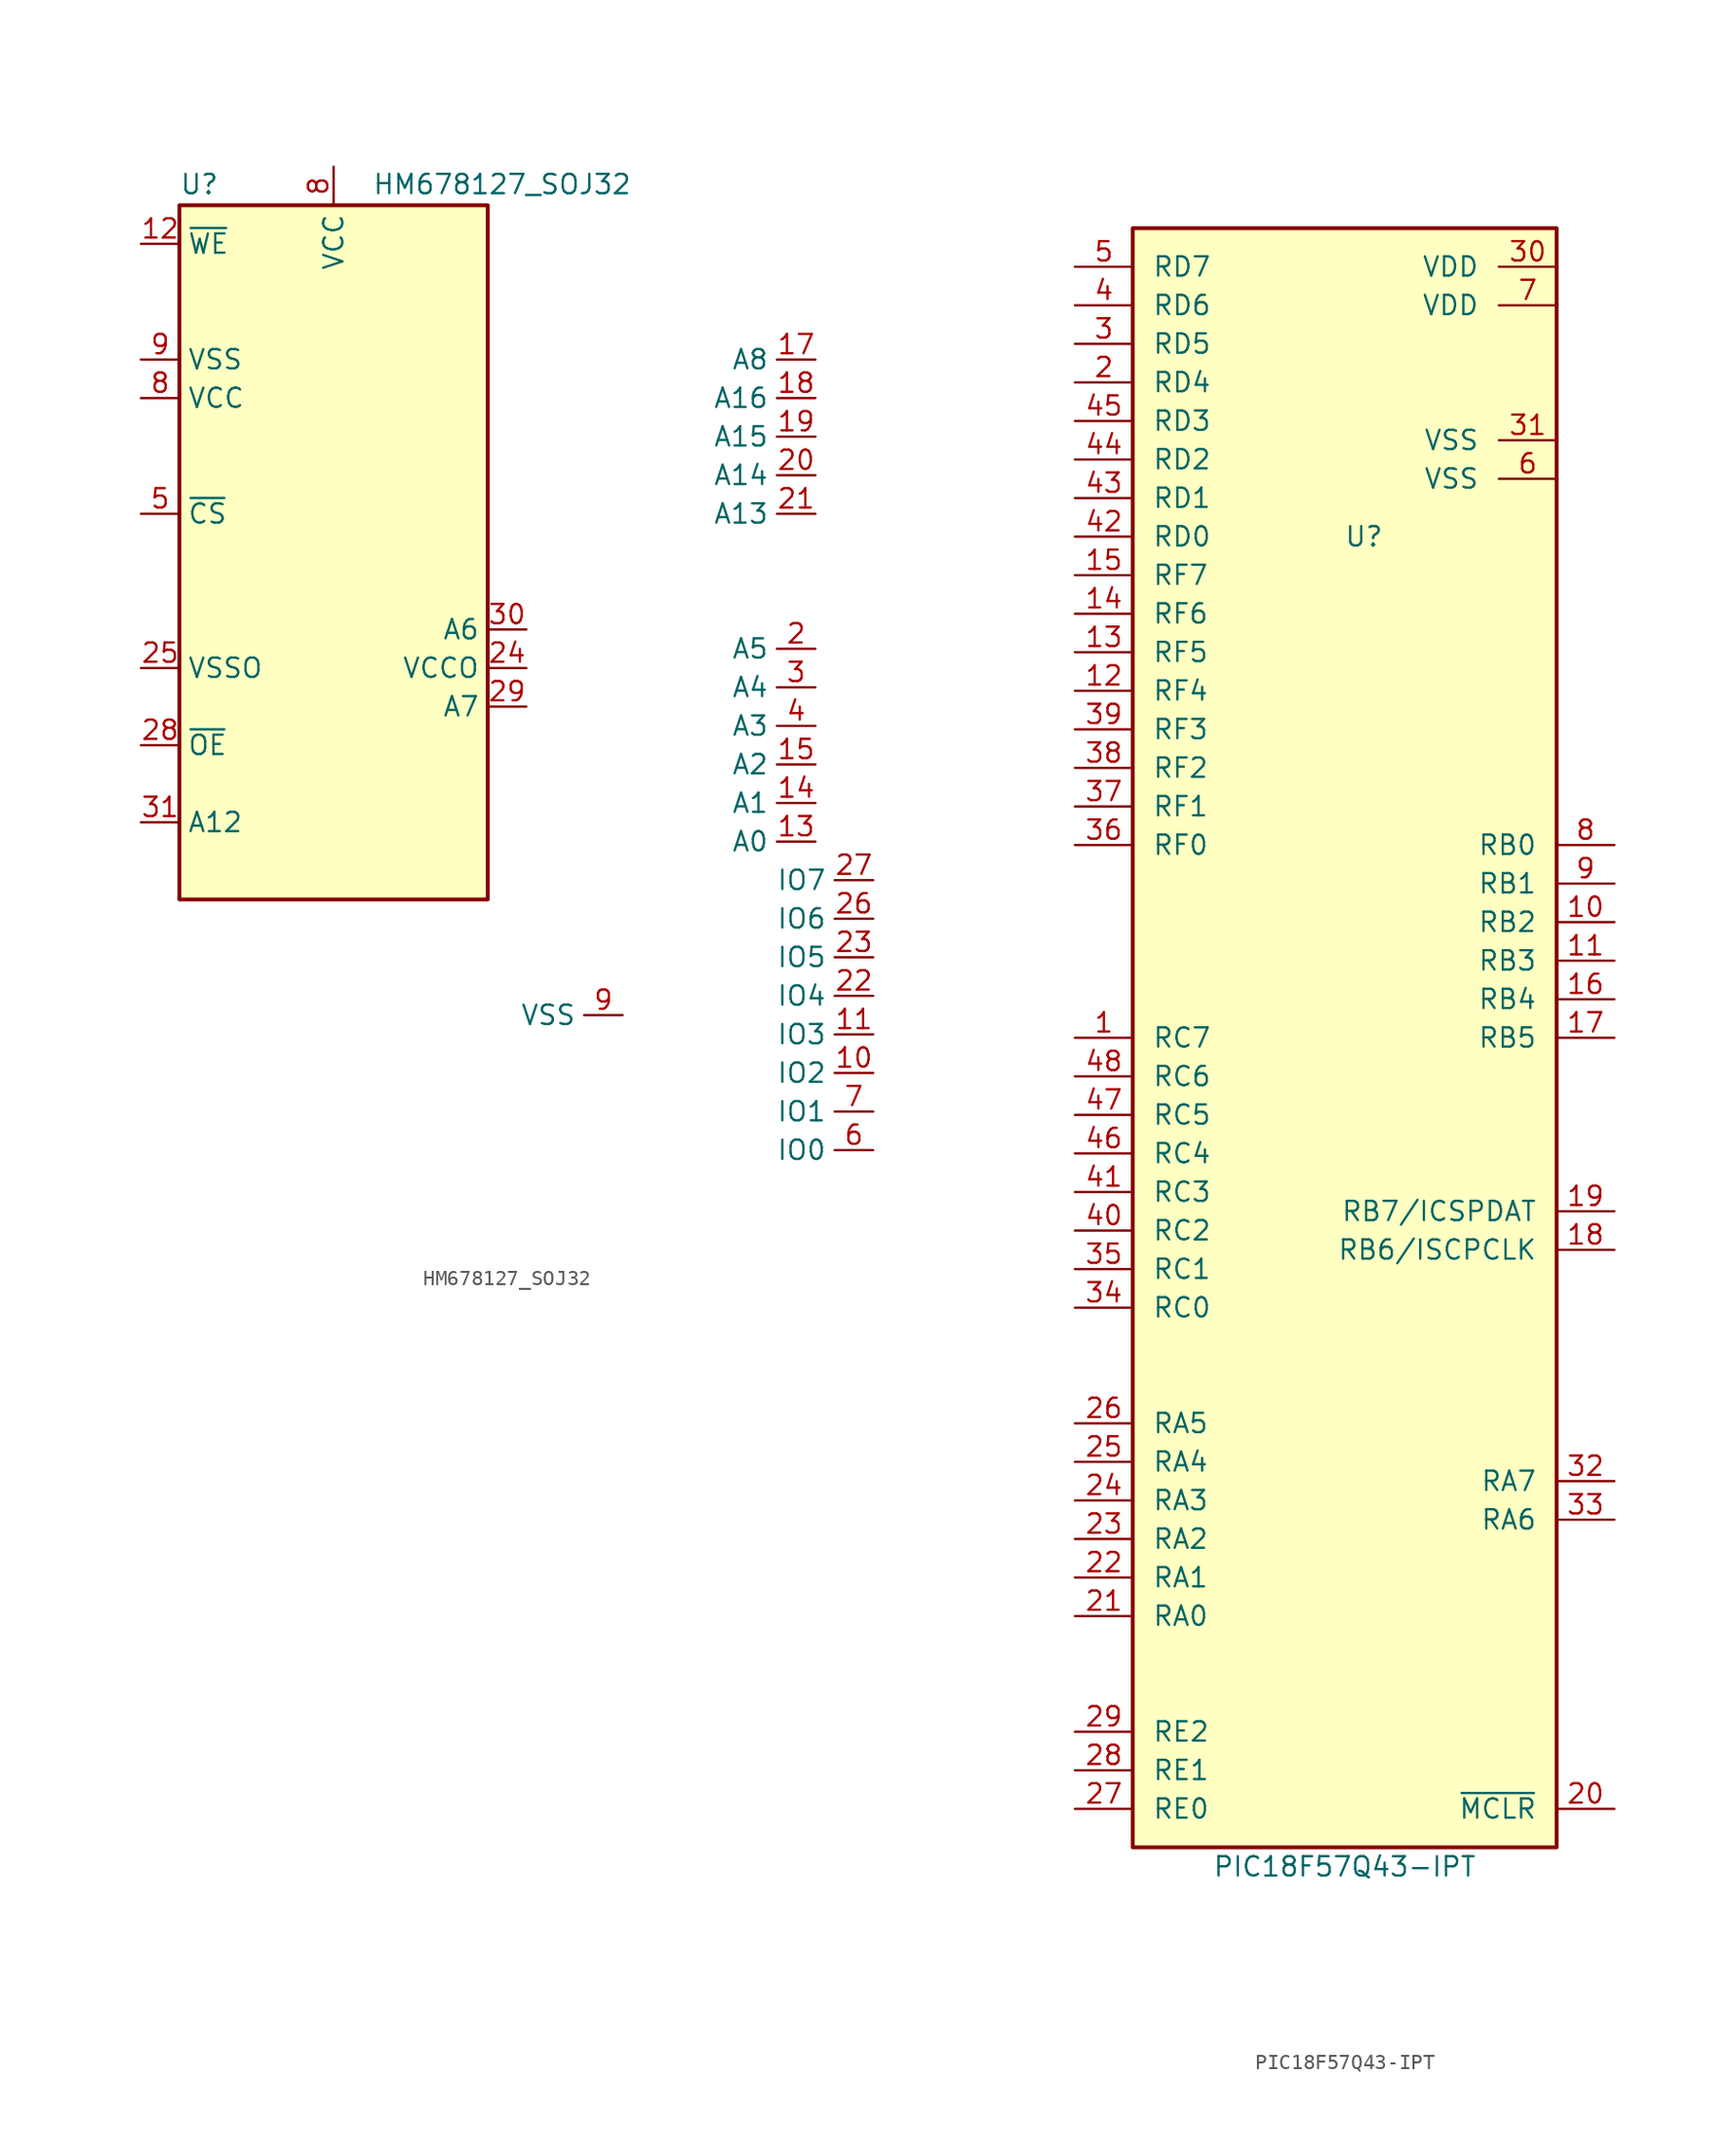
<source format=kicad_sym>
(kicad_symbol_lib
  (version 20220914)
  (generator kicad_symbol_editor)
  (symbol "HM678127_SOJ32"
    (property "Reference" "U"
      (at -10.16 23.495 0)
      (effects (font (size 1.27 1.27)) (justify left bottom)))
    (property "Value" "HM678127_SOJ32"
      (at 2.54 23.495 0)
      (effects (font (size 1.27 1.27)) (justify left bottom)))
    (symbol "HM678127_SOJ32_0_0"
      (pin power_in line (at 0 25.4 270) (length 2.54) (name "VCC" (effects (font (size 1.27 1.27)))) (number "8" (effects (font (size 1.27 1.27)))))
      (pin power_in line (at 19.05 -30.48 180) (length 2.54) (name "VSS" (effects (font (size 1.27 1.27)))) (number "9" (effects (font (size 1.27 1.27))))))
    (symbol "HM678127_SOJ32_0_1"
      (rectangle (start -10.16 22.86) (end 10.16 -22.86) (stroke (width 0.254) (type default)) (fill (type background))))
    (symbol "HM678127_SOJ32_1_1"
      (pin input line (at 10.16 -20.32 180) (length 2.54) hide (name "A10" (effects (font (size 1.27 1.27)))) (number "1" (effects (font (size 1.27 1.27)))))
      (pin tri_state line (at 35.56 -34.29 180) (length 2.54) (name "IO2" (effects (font (size 1.27 1.27)))) (number "10" (effects (font (size 1.27 1.27)))))
      (pin tri_state line (at 35.56 -31.75 180) (length 2.54) (name "IO3" (effects (font (size 1.27 1.27)))) (number "11" (effects (font (size 1.27 1.27)))))
      (pin input line (at -12.7 20.32 0) (length 2.54) (name "~{WE}" (effects (font (size 1.27 1.27)))) (number "12" (effects (font (size 1.27 1.27)))))
      (pin input line (at 31.75 -19.05 180) (length 2.54) (name "A0" (effects (font (size 1.27 1.27)))) (number "13" (effects (font (size 1.27 1.27)))))
      (pin input line (at 31.75 -16.51 180) (length 2.54) (name "A1" (effects (font (size 1.27 1.27)))) (number "14" (effects (font (size 1.27 1.27)))))
      (pin input line (at 31.75 -13.97 180) (length 2.54) (name "A2" (effects (font (size 1.27 1.27)))) (number "15" (effects (font (size 1.27 1.27)))))
      (pin input line (at 31.75 12.7 180) (length 2.54) (name "A8" (effects (font (size 1.27 1.27)))) (number "17" (effects (font (size 1.27 1.27)))))
      (pin input line (at 31.75 10.16 180) (length 2.54) (name "A16" (effects (font (size 1.27 1.27)))) (number "18" (effects (font (size 1.27 1.27)))))
      (pin input line (at 31.75 7.62 180) (length 2.54) (name "A15" (effects (font (size 1.27 1.27)))) (number "19" (effects (font (size 1.27 1.27)))))
      (pin input line (at 31.75 -6.35 180) (length 2.54) (name "A5" (effects (font (size 1.27 1.27)))) (number "2" (effects (font (size 1.27 1.27)))))
      (pin input line (at 31.75 5.08 180) (length 2.54) (name "A14" (effects (font (size 1.27 1.27)))) (number "20" (effects (font (size 1.27 1.27)))))
      (pin input line (at 31.75 2.54 180) (length 2.54) (name "A13" (effects (font (size 1.27 1.27)))) (number "21" (effects (font (size 1.27 1.27)))))
      (pin tri_state line (at 35.56 -29.21 180) (length 2.54) (name "IO4" (effects (font (size 1.27 1.27)))) (number "22" (effects (font (size 1.27 1.27)))))
      (pin tri_state line (at 35.56 -26.67 180) (length 2.54) (name "IO5" (effects (font (size 1.27 1.27)))) (number "23" (effects (font (size 1.27 1.27)))))
      (pin input line (at 12.7 -7.62 180) (length 2.54) (name "VCCO" (effects (font (size 1.27 1.27)))) (number "24" (effects (font (size 1.27 1.27)))))
      (pin input line (at -12.7 -7.62 0) (length 2.54) (name "VSSO" (effects (font (size 1.27 1.27)))) (number "25" (effects (font (size 1.27 1.27)))))
      (pin tri_state line (at 35.56 -24.13 180) (length 2.54) (name "IO6" (effects (font (size 1.27 1.27)))) (number "26" (effects (font (size 1.27 1.27)))))
      (pin tri_state line (at 35.56 -21.59 180) (length 2.54) (name "IO7" (effects (font (size 1.27 1.27)))) (number "27" (effects (font (size 1.27 1.27)))))
      (pin input line (at -12.7 -12.7 0) (length 2.54) (name "~{OE}" (effects (font (size 1.27 1.27)))) (number "28" (effects (font (size 1.27 1.27)))))
      (pin input line (at 12.7 -10.16 180) (length 2.54) (name "A7" (effects (font (size 1.27 1.27)))) (number "29" (effects (font (size 1.27 1.27)))))
      (pin input line (at 31.75 -8.89 180) (length 2.54) (name "A4" (effects (font (size 1.27 1.27)))) (number "3" (effects (font (size 1.27 1.27)))))
      (pin input line (at 12.7 -5.08 180) (length 2.54) (name "A6" (effects (font (size 1.27 1.27)))) (number "30" (effects (font (size 1.27 1.27)))))
      (pin input line (at -12.7 -17.78 0) (length 2.54) (name "A12" (effects (font (size 1.27 1.27)))) (number "31" (effects (font (size 1.27 1.27)))))
      (pin input line (at 31.75 -11.43 180) (length 2.54) (name "A3" (effects (font (size 1.27 1.27)))) (number "4" (effects (font (size 1.27 1.27)))))
      (pin input line (at -12.7 2.54 0) (length 2.54) (name "~{CS}" (effects (font (size 1.27 1.27)))) (number "5" (effects (font (size 1.27 1.27)))))
      (pin tri_state line (at 35.56 -39.37 180) (length 2.54) (name "IO0" (effects (font (size 1.27 1.27)))) (number "6" (effects (font (size 1.27 1.27)))))
      (pin tri_state line (at 35.56 -36.83 180) (length 2.54) (name "IO1" (effects (font (size 1.27 1.27)))) (number "7" (effects (font (size 1.27 1.27)))))
      (pin input line (at -12.7 10.16 0) (length 2.54) (name "VCC" (effects (font (size 1.27 1.27)))) (number "8" (effects (font (size 1.27 1.27)))))
      (pin input line (at -12.7 12.7 0) (length 2.54) (name "VSS" (effects (font (size 1.27 1.27)))) (number "9" (effects (font (size 1.27 1.27)))))))
  (symbol "PIC18F57Q43-IPT"
    (pin_names
      (offset 1.27))
    (property "Reference" "U"
      (at 1.27 33.02 0)
      (effects (font (size 1.27 1.27))))
    (property "Value" "PIC18F57Q43-IPT"
      (at 0 -54.61 0)
      (effects (font (size 1.27 1.27))))
    (symbol "PIC18F57Q43-IPT_0_1"
      (rectangle (start -13.97 53.34) (end 13.97 -53.34) (stroke (width 0.254) (type default)) (fill (type background))))
    (symbol "PIC18F57Q43-IPT_1_1"
      (pin bidirectional line (at -17.78 0 0) (length 3.81) (name "RC7" (effects (font (size 1.27 1.27)))) (number "1" (effects (font (size 1.27 1.27)))))
      (pin bidirectional line (at 17.78 7.62 180) (length 3.81) (name "RB2" (effects (font (size 1.27 1.27)))) (number "10" (effects (font (size 1.27 1.27)))))
      (pin bidirectional line (at 17.78 5.08 180) (length 3.81) (name "RB3" (effects (font (size 1.27 1.27)))) (number "11" (effects (font (size 1.27 1.27)))))
      (pin bidirectional line (at -17.78 22.86 0) (length 3.81) (name "RF4" (effects (font (size 1.27 1.27)))) (number "12" (effects (font (size 1.27 1.27)))))
      (pin bidirectional line (at -17.78 25.4 0) (length 3.81) (name "RF5" (effects (font (size 1.27 1.27)))) (number "13" (effects (font (size 1.27 1.27)))))
      (pin bidirectional line (at -17.78 27.94 0) (length 3.81) (name "RF6" (effects (font (size 1.27 1.27)))) (number "14" (effects (font (size 1.27 1.27)))))
      (pin bidirectional line (at -17.78 30.48 0) (length 3.81) (name "RF7" (effects (font (size 1.27 1.27)))) (number "15" (effects (font (size 1.27 1.27)))))
      (pin bidirectional line (at 17.78 2.54 180) (length 3.81) (name "RB4" (effects (font (size 1.27 1.27)))) (number "16" (effects (font (size 1.27 1.27)))))
      (pin bidirectional line (at 17.78 0 180) (length 3.81) (name "RB5" (effects (font (size 1.27 1.27)))) (number "17" (effects (font (size 1.27 1.27)))))
      (pin bidirectional line (at 17.78 -13.97 180) (length 3.81) (name "RB6/ISCPCLK" (effects (font (size 1.27 1.27)))) (number "18" (effects (font (size 1.27 1.27)))))
      (pin bidirectional line (at 17.78 -11.43 180) (length 3.81) (name "RB7/ICSPDAT" (effects (font (size 1.27 1.27)))) (number "19" (effects (font (size 1.27 1.27)))))
      (pin bidirectional line (at -17.78 43.18 0) (length 3.81) (name "RD4" (effects (font (size 1.27 1.27)))) (number "2" (effects (font (size 1.27 1.27)))))
      (pin bidirectional line (at 17.78 -50.8 180) (length 3.81) (name "~{MCLR}" (effects (font (size 1.27 1.27)))) (number "20" (effects (font (size 1.27 1.27)))))
      (pin bidirectional line (at -17.78 -38.1 0) (length 3.81) (name "RA0" (effects (font (size 1.27 1.27)))) (number "21" (effects (font (size 1.27 1.27)))))
      (pin bidirectional line (at -17.78 -35.56 0) (length 3.81) (name "RA1" (effects (font (size 1.27 1.27)))) (number "22" (effects (font (size 1.27 1.27)))))
      (pin bidirectional line (at -17.78 -33.02 0) (length 3.81) (name "RA2" (effects (font (size 1.27 1.27)))) (number "23" (effects (font (size 1.27 1.27)))))
      (pin bidirectional line (at -17.78 -30.48 0) (length 3.81) (name "RA3" (effects (font (size 1.27 1.27)))) (number "24" (effects (font (size 1.27 1.27)))))
      (pin bidirectional line (at -17.78 -27.94 0) (length 3.81) (name "RA4" (effects (font (size 1.27 1.27)))) (number "25" (effects (font (size 1.27 1.27)))))
      (pin bidirectional line (at -17.78 -25.4 0) (length 3.81) (name "RA5" (effects (font (size 1.27 1.27)))) (number "26" (effects (font (size 1.27 1.27)))))
      (pin bidirectional line (at -17.78 -50.8 0) (length 3.81) (name "RE0" (effects (font (size 1.27 1.27)))) (number "27" (effects (font (size 1.27 1.27)))))
      (pin bidirectional line (at -17.78 -48.26 0) (length 3.81) (name "RE1" (effects (font (size 1.27 1.27)))) (number "28" (effects (font (size 1.27 1.27)))))
      (pin bidirectional line (at -17.78 -45.72 0) (length 3.81) (name "RE2" (effects (font (size 1.27 1.27)))) (number "29" (effects (font (size 1.27 1.27)))))
      (pin bidirectional line (at -17.78 45.72 0) (length 3.81) (name "RD5" (effects (font (size 1.27 1.27)))) (number "3" (effects (font (size 1.27 1.27)))))
      (pin power_in line (at 13.97 50.8 180) (length 3.81) (name "VDD" (effects (font (size 1.27 1.27)))) (number "30" (effects (font (size 1.27 1.27)))))
      (pin power_in line (at 13.97 39.37 180) (length 3.81) (name "VSS" (effects (font (size 1.27 1.27)))) (number "31" (effects (font (size 1.27 1.27)))))
      (pin bidirectional line (at 17.78 -29.21 180) (length 3.81) (name "RA7" (effects (font (size 1.27 1.27)))) (number "32" (effects (font (size 1.27 1.27)))))
      (pin bidirectional line (at 17.78 -31.75 180) (length 3.81) (name "RA6" (effects (font (size 1.27 1.27)))) (number "33" (effects (font (size 1.27 1.27)))))
      (pin bidirectional line (at -17.78 -17.78 0) (length 3.81) (name "RC0" (effects (font (size 1.27 1.27)))) (number "34" (effects (font (size 1.27 1.27)))))
      (pin bidirectional line (at -17.78 -15.24 0) (length 3.81) (name "RC1" (effects (font (size 1.27 1.27)))) (number "35" (effects (font (size 1.27 1.27)))))
      (pin bidirectional line (at -17.78 12.7 0) (length 3.81) (name "RF0" (effects (font (size 1.27 1.27)))) (number "36" (effects (font (size 1.27 1.27)))))
      (pin bidirectional line (at -17.78 15.24 0) (length 3.81) (name "RF1" (effects (font (size 1.27 1.27)))) (number "37" (effects (font (size 1.27 1.27)))))
      (pin bidirectional line (at -17.78 17.78 0) (length 3.81) (name "RF2" (effects (font (size 1.27 1.27)))) (number "38" (effects (font (size 1.27 1.27)))))
      (pin bidirectional line (at -17.78 20.32 0) (length 3.81) (name "RF3" (effects (font (size 1.27 1.27)))) (number "39" (effects (font (size 1.27 1.27)))))
      (pin bidirectional line (at -17.78 48.26 0) (length 3.81) (name "RD6" (effects (font (size 1.27 1.27)))) (number "4" (effects (font (size 1.27 1.27)))))
      (pin bidirectional line (at -17.78 -12.7 0) (length 3.81) (name "RC2" (effects (font (size 1.27 1.27)))) (number "40" (effects (font (size 1.27 1.27)))))
      (pin bidirectional line (at -17.78 -10.16 0) (length 3.81) (name "RC3" (effects (font (size 1.27 1.27)))) (number "41" (effects (font (size 1.27 1.27)))))
      (pin bidirectional line (at -17.78 33.02 0) (length 3.81) (name "RD0" (effects (font (size 1.27 1.27)))) (number "42" (effects (font (size 1.27 1.27)))))
      (pin bidirectional line (at -17.78 35.56 0) (length 3.81) (name "RD1" (effects (font (size 1.27 1.27)))) (number "43" (effects (font (size 1.27 1.27)))))
      (pin bidirectional line (at -17.78 38.1 0) (length 3.81) (name "RD2" (effects (font (size 1.27 1.27)))) (number "44" (effects (font (size 1.27 1.27)))))
      (pin bidirectional line (at -17.78 40.64 0) (length 3.81) (name "RD3" (effects (font (size 1.27 1.27)))) (number "45" (effects (font (size 1.27 1.27)))))
      (pin bidirectional line (at -17.78 -7.62 0) (length 3.81) (name "RC4" (effects (font (size 1.27 1.27)))) (number "46" (effects (font (size 1.27 1.27)))))
      (pin bidirectional line (at -17.78 -5.08 0) (length 3.81) (name "RC5" (effects (font (size 1.27 1.27)))) (number "47" (effects (font (size 1.27 1.27)))))
      (pin bidirectional line (at -17.78 -2.54 0) (length 3.81) (name "RC6" (effects (font (size 1.27 1.27)))) (number "48" (effects (font (size 1.27 1.27)))))
      (pin bidirectional line (at -17.78 50.8 0) (length 3.81) (name "RD7" (effects (font (size 1.27 1.27)))) (number "5" (effects (font (size 1.27 1.27)))))
      (pin power_in line (at 13.97 36.83 180) (length 3.81) (name "VSS" (effects (font (size 1.27 1.27)))) (number "6" (effects (font (size 1.27 1.27)))))
      (pin power_in line (at 13.97 48.26 180) (length 3.81) (name "VDD" (effects (font (size 1.27 1.27)))) (number "7" (effects (font (size 1.27 1.27)))))
      (pin bidirectional line (at 17.78 12.7 180) (length 3.81) (name "RB0" (effects (font (size 1.27 1.27)))) (number "8" (effects (font (size 1.27 1.27)))))
      (pin bidirectional line (at 17.78 10.16 180) (length 3.81) (name "RB1" (effects (font (size 1.27 1.27)))) (number "9" (effects (font (size 1.27 1.27))))))))
</source>
